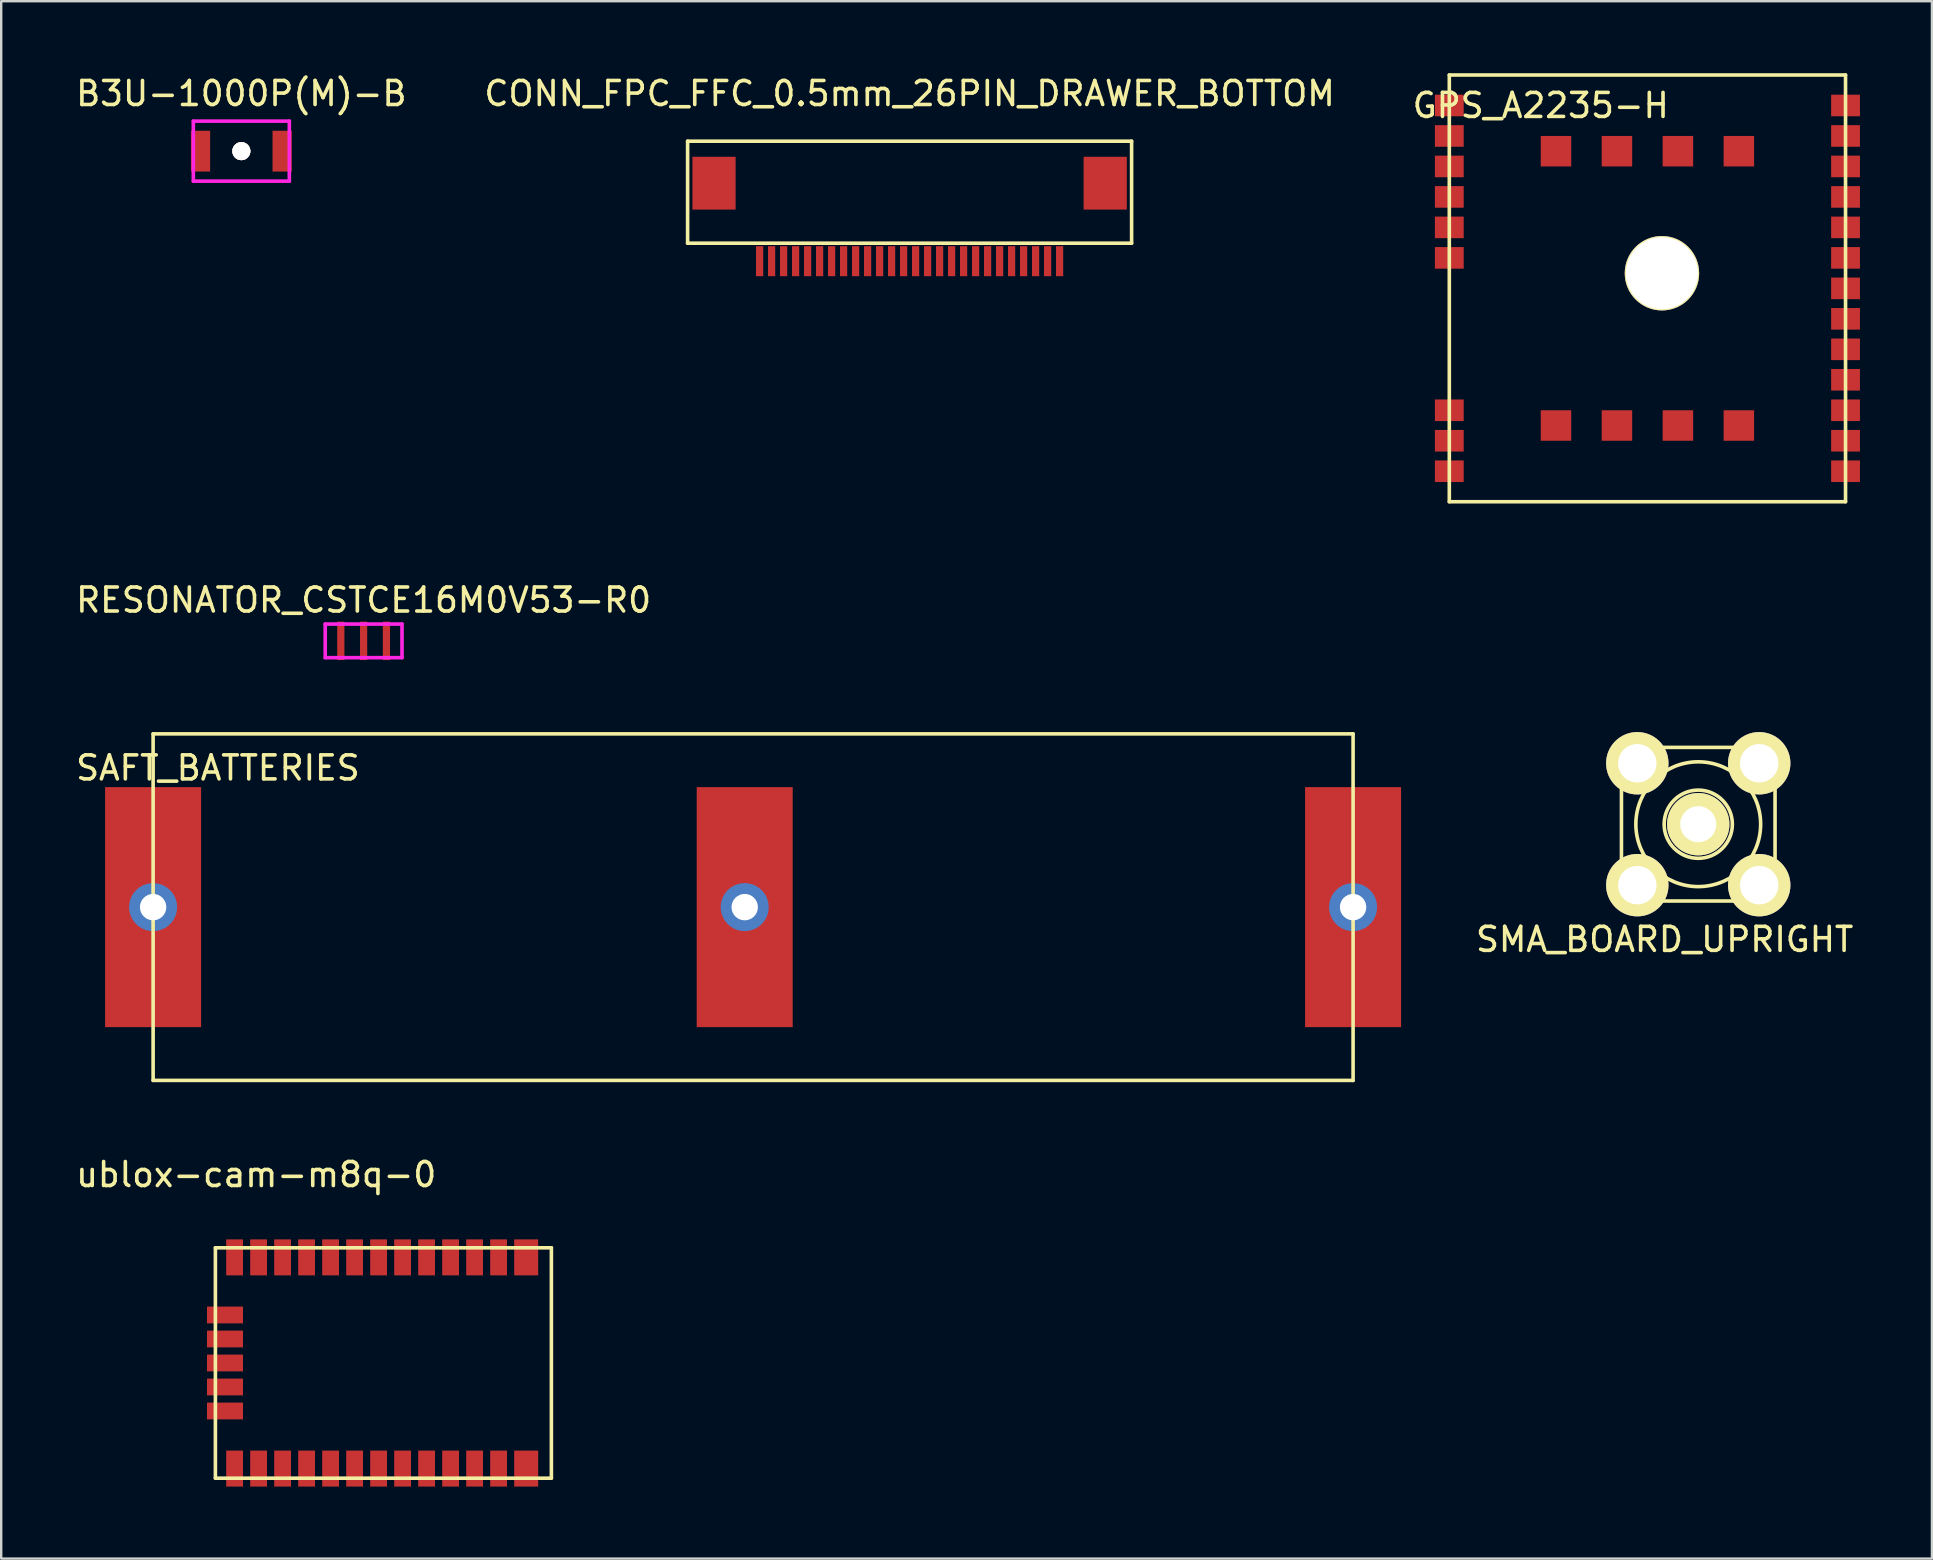
<source format=kicad_pcb>
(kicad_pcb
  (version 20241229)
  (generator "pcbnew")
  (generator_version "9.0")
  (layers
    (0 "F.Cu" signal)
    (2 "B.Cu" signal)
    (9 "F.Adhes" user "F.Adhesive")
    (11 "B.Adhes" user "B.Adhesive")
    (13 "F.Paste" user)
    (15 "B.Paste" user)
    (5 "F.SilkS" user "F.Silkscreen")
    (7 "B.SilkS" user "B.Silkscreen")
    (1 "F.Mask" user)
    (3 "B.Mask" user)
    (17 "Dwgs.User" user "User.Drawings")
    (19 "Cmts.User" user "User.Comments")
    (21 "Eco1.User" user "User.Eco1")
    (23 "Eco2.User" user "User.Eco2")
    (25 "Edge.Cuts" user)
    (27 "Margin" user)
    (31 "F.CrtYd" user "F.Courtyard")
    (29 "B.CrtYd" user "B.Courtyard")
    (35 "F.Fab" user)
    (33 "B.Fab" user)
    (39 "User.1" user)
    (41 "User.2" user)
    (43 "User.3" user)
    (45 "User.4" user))
  (footprint "RESONATOR_CSTCE16M0V53-R0"
    (layer "F.Cu")
    (at 12.101 23.653)
    (property "Reference" "RESONATOR_CSTCE16M0V53-R0" (at 0 -1.7 0) (layer "F.SilkS") (effects (font (size 1 1) (thickness 0.15))))
    (attr through_hole)
    (fp_line (start -1.6 -0.7) (end 1.6 -0.7) (stroke (width 0.15) (type solid)) (layer "F.CrtYd"))
    (fp_line (start -1.6 0.7) (end -1.6 -0.7) (stroke (width 0.15) (type solid)) (layer "F.CrtYd"))
    (fp_line (start 1.6 -0.7) (end 1.6 0.7) (stroke (width 0.15) (type solid)) (layer "F.CrtYd"))
    (fp_line (start 1.6 0.7) (end -1.6 0.7) (stroke (width 0.15) (type solid)) (layer "F.CrtYd"))
    (pad "1" smd rect (at -0.95 0) (size 0.3 1.6) (layers "F.Cu" "F.Mask" "F.Paste"))
    (pad "2" smd rect (at 0 0) (size 0.3 1.6) (layers "F.Cu" "F.Mask" "F.Paste"))
    (pad "3" smd rect (at 0.95 0) (size 0.3 1.6) (layers "F.Cu" "F.Mask" "F.Paste")))
  (footprint "B3U-1000P(M)-B"
    (layer "F.Cu")
    (at 7.006 3.248)
    (property "Reference" "B3U-1000P(M)-B" (at 0 -2.4 0) (layer "F.SilkS") (effects (font (size 1 1) (thickness 0.15))))
    (attr through_hole)
    (fp_line (start -2 -1.25) (end 2 -1.25) (stroke (width 0.15) (type solid)) (layer "F.CrtYd"))
    (fp_line (start -2 1.25) (end -2 -1.25) (stroke (width 0.15) (type solid)) (layer "F.CrtYd"))
    (fp_line (start 2 -1.25) (end 2 1.25) (stroke (width 0.15) (type solid)) (layer "F.CrtYd"))
    (fp_line (start 2 1.25) (end -2 1.25) (stroke (width 0.15) (type solid)) (layer "F.CrtYd"))
    (pad "" thru_hole circle (at 0 0) (size 0.75 0.75) (drill 0.75) (layers "*.Cu" "*.Paste" "*.SilkS" "*.Mask" "Dwgs.User"))
    (pad "1" smd rect (at -1.7 0) (size 0.8 1.7) (layers "F.Cu" "F.Mask" "F.Paste"))
    (pad "2" smd rect (at 1.7 0) (size 0.8 1.7) (layers "F.Cu" "F.Mask" "F.Paste")))
  (footprint "CONN_FPC_FFC_0.5mm_26PIN_DRAWER_BOTTOM"
    (layer "F.Cu")
    (at 34.851 7.833)
    (property "Reference" "CONN_FPC_FFC_0.5mm_26PIN_DRAWER_BOTTOM" (at 0 -6.985 0) (layer "F.SilkS") (effects (font (size 1 1) (thickness 0.15))))
    (attr through_hole)
    (fp_line (start -9.25 -0.75) (end -9.25 -5) (stroke (width 0.15) (type solid)) (layer "F.SilkS"))
    (fp_line (start 9.25 -5) (end -9.25 -5) (stroke (width 0.15) (type solid)) (layer "F.SilkS"))
    (fp_line (start 9.25 -0.75) (end -9.25 -0.75) (stroke (width 0.15) (type solid)) (layer "F.SilkS"))
    (fp_line (start 9.25 -0.75) (end 9.25 -5) (stroke (width 0.15) (type solid)) (layer "F.SilkS"))
    (pad "1" smd rect (at 6.25 0) (size 0.3 1.25) (layers "F.Cu" "F.Mask" "F.Paste"))
    (pad "2" smd rect (at 5.75 0) (size 0.3 1.25) (layers "F.Cu" "F.Mask" "F.Paste"))
    (pad "3" smd rect (at 5.25 0) (size 0.3 1.25) (layers "F.Cu" "F.Mask" "F.Paste"))
    (pad "4" smd rect (at 4.75 0) (size 0.3 1.25) (layers "F.Cu" "F.Mask" "F.Paste"))
    (pad "5" smd rect (at 4.25 0) (size 0.3 1.25) (layers "F.Cu" "F.Mask" "F.Paste"))
    (pad "6" smd rect (at 3.75 0) (size 0.3 1.25) (layers "F.Cu" "F.Mask" "F.Paste"))
    (pad "7" smd rect (at 3.25 0) (size 0.3 1.25) (layers "F.Cu" "F.Mask" "F.Paste"))
    (pad "8" smd rect (at 2.75 0) (size 0.3 1.25) (layers "F.Cu" "F.Mask" "F.Paste"))
    (pad "9" smd rect (at 2.25 0) (size 0.3 1.25) (layers "F.Cu" "F.Mask" "F.Paste"))
    (pad "10" smd rect (at 1.75 0) (size 0.3 1.25) (layers "F.Cu" "F.Mask" "F.Paste"))
    (pad "11" smd rect (at 1.25 0) (size 0.3 1.25) (layers "F.Cu" "F.Mask" "F.Paste"))
    (pad "12" smd rect (at 0.75 0) (size 0.3 1.25) (layers "F.Cu" "F.Mask" "F.Paste"))
    (pad "13" smd rect (at 0.25 0) (size 0.3 1.25) (layers "F.Cu" "F.Mask" "F.Paste"))
    (pad "14" smd rect (at -0.25 0) (size 0.3 1.25) (layers "F.Cu" "F.Mask" "F.Paste"))
    (pad "15" smd rect (at -0.75 0) (size 0.3 1.25) (layers "F.Cu" "F.Mask" "F.Paste"))
    (pad "16" smd rect (at -1.25 0) (size 0.3 1.25) (layers "F.Cu" "F.Mask" "F.Paste"))
    (pad "17" smd rect (at -1.75 0) (size 0.3 1.25) (layers "F.Cu" "F.Mask" "F.Paste"))
    (pad "18" smd rect (at -2.25 0) (size 0.3 1.25) (layers "F.Cu" "F.Mask" "F.Paste"))
    (pad "19" smd rect (at -2.75 0) (size 0.3 1.25) (layers "F.Cu" "F.Mask" "F.Paste"))
    (pad "20" smd rect (at -3.25 0) (size 0.3 1.25) (layers "F.Cu" "F.Mask" "F.Paste"))
    (pad "21" smd rect (at -3.75 0) (size 0.3 1.25) (layers "F.Cu" "F.Mask" "F.Paste"))
    (pad "22" smd rect (at -4.25 0) (size 0.3 1.25) (layers "F.Cu" "F.Mask" "F.Paste"))
    (pad "23" smd rect (at -4.75 0) (size 0.3 1.25) (layers "F.Cu" "F.Mask" "F.Paste"))
    (pad "24" smd rect (at -5.25 0) (size 0.3 1.25) (layers "F.Cu" "F.Mask" "F.Paste"))
    (pad "25" smd rect (at -5.75 0) (size 0.3 1.25) (layers "F.Cu" "F.Mask" "F.Paste"))
    (pad "26" smd rect (at -6.25 0) (size 0.3 1.25) (layers "F.Cu" "F.Mask" "F.Paste"))
    (pad "27" smd rect (at -8.15 -3.25) (size 1.8 2.2) (layers "F.Cu" "F.Mask" "F.Paste"))
    (pad "28" smd rect (at 8.15 -3.25) (size 1.8 2.2) (layers "F.Cu" "F.Mask" "F.Paste")))
  (footprint "GPS_A2235-H"
    (layer "F.Cu")
    (at 57.339 17.855)
    (property "Reference" "GPS_A2235-H" (at 3.81 -16.51 0) (layer "F.SilkS") (effects (font (size 1 1) (thickness 0.15))))
    (attr through_hole)
    (fp_line (start 0 -17.78) (end 16.51 -17.78) (stroke (width 0.15) (type solid)) (layer "F.SilkS"))
    (fp_line (start 0 0) (end 0 -17.78) (stroke (width 0.15) (type solid)) (layer "F.SilkS"))
    (fp_line (start 16.51 -17.78) (end 16.51 0) (stroke (width 0.15) (type solid)) (layer "F.SilkS"))
    (fp_line (start 16.51 0) (end 0 0) (stroke (width 0.15) (type solid)) (layer "F.SilkS"))
    (pad "1" smd rect (at 0 -16.51) (size 1.2 0.9) (layers "F.Cu" "F.Mask" "F.Paste"))
    (pad "2" smd rect (at 0 -15.24) (size 1.2 0.9) (layers "F.Cu" "F.Mask" "F.Paste"))
    (pad "3" smd rect (at 0 -13.97) (size 1.2 0.9) (layers "F.Cu" "F.Mask" "F.Paste"))
    (pad "4" smd rect (at 0 -12.7) (size 1.2 0.9) (layers "F.Cu" "F.Mask" "F.Paste"))
    (pad "5" smd rect (at 0 -11.43) (size 1.2 0.9) (layers "F.Cu" "F.Mask" "F.Paste"))
    (pad "6" smd rect (at 0 -10.16) (size 1.2 0.9) (layers "F.Cu" "F.Mask" "F.Paste"))
    (pad "7" smd rect (at 0 -3.81) (size 1.2 0.9) (layers "F.Cu" "F.Mask" "F.Paste"))
    (pad "8" smd rect (at 0 -2.54) (size 1.2 0.9) (layers "F.Cu" "F.Mask" "F.Paste"))
    (pad "9" smd rect (at 0 -1.27) (size 1.2 0.9) (layers "F.Cu" "F.Mask" "F.Paste"))
    (pad "10" smd rect (at 16.51 -1.27) (size 1.2 0.9) (layers "F.Cu" "F.Mask" "F.Paste"))
    (pad "11" smd rect (at 16.51 -2.54) (size 1.2 0.9) (layers "F.Cu" "F.Mask" "F.Paste"))
    (pad "12" smd rect (at 16.51 -3.81) (size 1.2 0.9) (layers "F.Cu" "F.Mask" "F.Paste"))
    (pad "13" smd rect (at 16.51 -5.08) (size 1.2 0.9) (layers "F.Cu" "F.Mask" "F.Paste"))
    (pad "14" smd rect (at 16.51 -6.35) (size 1.2 0.9) (layers "F.Cu" "F.Mask" "F.Paste"))
    (pad "15" smd rect (at 16.51 -7.62) (size 1.2 0.9) (layers "F.Cu" "F.Mask" "F.Paste"))
    (pad "16" smd rect (at 16.51 -8.89) (size 1.2 0.9) (layers "F.Cu" "F.Mask" "F.Paste"))
    (pad "17" smd rect (at 16.51 -10.16) (size 1.2 0.9) (layers "F.Cu" "F.Mask" "F.Paste"))
    (pad "18" smd rect (at 16.51 -11.43) (size 1.2 0.9) (layers "F.Cu" "F.Mask" "F.Paste"))
    (pad "19" smd rect (at 16.51 -12.7) (size 1.2 0.9) (layers "F.Cu" "F.Mask" "F.Paste"))
    (pad "20" smd rect (at 16.51 -13.97) (size 1.2 0.9) (layers "F.Cu" "F.Mask" "F.Paste"))
    (pad "21" smd rect (at 16.51 -15.24) (size 1.2 0.9) (layers "F.Cu" "F.Mask" "F.Paste"))
    (pad "22" smd rect (at 16.51 -16.51) (size 1.2 0.9) (layers "F.Cu" "F.Mask" "F.Paste"))
    (pad "23" smd rect (at 4.445 -14.605) (size 1.27 1.27) (layers "F.Cu" "F.Mask" "F.Paste"))
    (pad "24" smd rect (at 6.985 -14.605) (size 1.27 1.27) (layers "F.Cu" "F.Mask" "F.Paste"))
    (pad "25" smd rect (at 9.525 -14.605) (size 1.27 1.27) (layers "F.Cu" "F.Mask" "F.Paste"))
    (pad "26" smd rect (at 12.065 -14.605) (size 1.27 1.27) (layers "F.Cu" "F.Mask" "F.Paste"))
    (pad "27" smd rect (at 4.445 -3.175) (size 1.27 1.27) (layers "F.Cu" "F.Mask" "F.Paste"))
    (pad "28" smd rect (at 6.985 -3.175) (size 1.27 1.27) (layers "F.Cu" "F.Mask" "F.Paste"))
    (pad "29" smd rect (at 9.525 -3.175) (size 1.27 1.27) (layers "F.Cu" "F.Mask" "F.Paste"))
    (pad "30" smd rect (at 12.065 -3.175) (size 1.27 1.27) (layers "F.Cu" "F.Mask" "F.Paste"))
    (pad "31" thru_hole circle (at 8.86 -9.52) (size 3.1 3.1) (drill 3) (layers "*.Cu" "*.Mask" "F.SilkS")))
  (footprint "SMA_BOARD_UPRIGHT"
    (layer "F.Cu")
    (at 67.712 31.293)
    (property "Reference" "SMA_BOARD_UPRIGHT" (at -1.4 4.8 0) (layer "F.SilkS") (effects (font (size 1 1) (thickness 0.15))))
    (attr through_hole)
    (fp_line (start -3.2 -3.2) (end -3.2 3.2) (stroke (width 0.15) (type solid)) (layer "F.SilkS"))
    (fp_line (start -3.2 -3.2) (end 3.2 -3.2) (stroke (width 0.15) (type solid)) (layer "F.SilkS"))
    (fp_line (start -3.2 -2.2) (end -2.2 -2.2) (stroke (width 0.15) (type solid)) (layer "F.SilkS"))
    (fp_line (start -3.2 2.2) (end -2.2 2.2) (stroke (width 0.15) (type solid)) (layer "F.SilkS"))
    (fp_line (start -2.2 -2.2) (end -2.2 -3.2) (stroke (width 0.15) (type solid)) (layer "F.SilkS"))
    (fp_line (start -2.2 2.2) (end -2.2 3.2) (stroke (width 0.15) (type solid)) (layer "F.SilkS"))
    (fp_line (start 2.2 -2.2) (end 2.2 -3.2) (stroke (width 0.15) (type solid)) (layer "F.SilkS"))
    (fp_line (start 2.2 2.2) (end 2.2 3.2) (stroke (width 0.15) (type solid)) (layer "F.SilkS"))
    (fp_line (start 3.2 -3.2) (end 3.2 3.2) (stroke (width 0.15) (type solid)) (layer "F.SilkS"))
    (fp_line (start 3.2 -2.2) (end 2.2 -2.2) (stroke (width 0.15) (type solid)) (layer "F.SilkS"))
    (fp_line (start 3.2 2.2) (end 2.2 2.2) (stroke (width 0.15) (type solid)) (layer "F.SilkS"))
    (fp_line (start 3.2 3.2) (end -3.2 3.2) (stroke (width 0.15) (type solid)) (layer "F.SilkS"))
    (fp_circle (center 0 0) (end 0.9 1.1) (stroke (width 0.15) (type solid)) (fill no) (layer "F.SilkS"))
    (fp_circle (center 0 0) (end 1 2.4) (stroke (width 0.15) (type solid)) (fill no) (layer "F.SilkS"))
    (pad "1" thru_hole circle (at 0 0) (size 2.6 2.6) (drill 1.5) (layers "*.Cu" "*.Mask" "F.SilkS"))
    (pad "2" thru_hole circle (at -2.54 2.54) (size 2.6 2.6) (drill 1.6) (layers "*.Cu" "*.Mask" "F.SilkS"))
    (pad "3" thru_hole circle (at 2.54 2.54) (size 2.6 2.6) (drill 1.6) (layers "*.Cu" "*.Mask" "F.SilkS"))
    (pad "4" thru_hole circle (at 2.54 -2.54) (size 2.6 2.6) (drill 1.6) (layers "*.Cu" "*.Mask" "F.SilkS"))
    (pad "5" thru_hole circle (at -2.54 -2.54) (size 2.6 2.6) (drill 1.6) (layers "*.Cu" "*.Mask" "F.SilkS")))
  (footprint "ublox-cam-m8q-0"
    (layer "F.Cu")
    (at 5.925 53.742)
    (property "Reference" "ublox-cam-m8q-0" (at 1.7 -7.85 0) (layer "F.SilkS") (effects (font (size 1 1) (thickness 0.15))))
    (attr through_hole)
    (fp_line (start 0 -4.8) (end 0 4.8) (stroke (width 0.15) (type solid)) (layer "F.SilkS"))
    (fp_line (start 14 -4.8) (end 0 -4.8) (stroke (width 0.15) (type solid)) (layer "F.SilkS"))
    (fp_line (start 14 -4.8) (end 14 4.8) (stroke (width 0.15) (type solid)) (layer "F.SilkS"))
    (fp_line (start 14 4.8) (end 0 4.8) (stroke (width 0.15) (type solid)) (layer "F.SilkS"))
    (fp_line (start 9.2 -3.6) (end 9.2 3.6) (stroke (width 0.15) (type solid)) (layer "Margin"))
    (fp_line (start 9.2 -3.6) (end 14 -3.6) (stroke (width 0.15) (type solid)) (layer "Margin"))
    (fp_line (start 9.2 3.6) (end 14 3.6) (stroke (width 0.15) (type solid)) (layer "Margin"))
    (fp_line (start 14 -3.6) (end 14 3.6) (stroke (width 0.15) (type solid)) (layer "Margin"))
    (pad "1" smd rect (at 0.8 4.4) (size 0.7 1.5) (layers "F.Cu" "F.Mask" "F.Paste"))
    (pad "2" smd rect (at 1.8 4.4) (size 0.7 1.5) (layers "F.Cu" "F.Mask" "F.Paste"))
    (pad "3" smd rect (at 2.8 4.4) (size 0.7 1.5) (layers "F.Cu" "F.Mask" "F.Paste"))
    (pad "4" smd rect (at 3.8 4.4) (size 0.7 1.5) (layers "F.Cu" "F.Mask" "F.Paste"))
    (pad "5" smd rect (at 4.8 4.4) (size 0.7 1.5) (layers "F.Cu" "F.Mask" "F.Paste"))
    (pad "6" smd rect (at 5.8 4.4) (size 0.7 1.5) (layers "F.Cu" "F.Mask" "F.Paste"))
    (pad "7" smd rect (at 6.8 4.4) (size 0.7 1.5) (layers "F.Cu" "F.Mask" "F.Paste"))
    (pad "8" smd rect (at 7.8 4.4) (size 0.7 1.5) (layers "F.Cu" "F.Mask" "F.Paste"))
    (pad "9" smd rect (at 8.8 4.4) (size 0.7 1.5) (layers "F.Cu" "F.Mask" "F.Paste"))
    (pad "10" smd rect (at 9.8 4.4) (size 0.7 1.5) (layers "F.Cu" "F.Mask" "F.Paste"))
    (pad "11" smd rect (at 10.8 4.4) (size 0.7 1.5) (layers "F.Cu" "F.Mask" "F.Paste"))
    (pad "12" smd rect (at 11.8 4.4) (size 0.7 1.5) (layers "F.Cu" "F.Mask" "F.Paste"))
    (pad "13" smd rect (at 12.95 4.4) (size 1 1.5) (layers "F.Cu" "F.Mask" "F.Paste"))
    (pad "14" smd rect (at 12.95 -4.4) (size 1 1.5) (layers "F.Cu" "F.Mask" "F.Paste"))
    (pad "15" smd rect (at 11.8 -4.4) (size 0.7 1.5) (layers "F.Cu" "F.Mask" "F.Paste"))
    (pad "16" smd rect (at 10.8 -4.4) (size 0.7 1.5) (layers "F.Cu" "F.Mask" "F.Paste"))
    (pad "17" smd rect (at 9.8 -4.4) (size 0.7 1.5) (layers "F.Cu" "F.Mask" "F.Paste"))
    (pad "18" smd rect (at 8.8 -4.4) (size 0.7 1.5) (layers "F.Cu" "F.Mask" "F.Paste"))
    (pad "19" smd rect (at 7.8 -4.4) (size 0.7 1.5) (layers "F.Cu" "F.Mask" "F.Paste"))
    (pad "20" smd rect (at 6.8 -4.4) (size 0.7 1.5) (layers "F.Cu" "F.Mask" "F.Paste"))
    (pad "21" smd rect (at 5.8 -4.4) (size 0.7 1.5) (layers "F.Cu" "F.Mask" "F.Paste"))
    (pad "22" smd rect (at 4.8 -4.4) (size 0.7 1.5) (layers "F.Cu" "F.Mask" "F.Paste"))
    (pad "23" smd rect (at 3.8 -4.4) (size 0.7 1.5) (layers "F.Cu" "F.Mask" "F.Paste"))
    (pad "24" smd rect (at 2.8 -4.4) (size 0.7 1.5) (layers "F.Cu" "F.Mask" "F.Paste"))
    (pad "25" smd rect (at 1.8 -4.4) (size 0.7 1.5) (layers "F.Cu" "F.Mask" "F.Paste"))
    (pad "26" smd rect (at 0.8 -4.4) (size 0.7 1.5) (layers "F.Cu" "F.Mask" "F.Paste"))
    (pad "27" smd rect (at 0.4 -2 90) (size 0.7 1.5) (layers "F.Cu" "F.Mask" "F.Paste"))
    (pad "28" smd rect (at 0.4 -1 90) (size 0.7 1.5) (layers "F.Cu" "F.Mask" "F.Paste"))
    (pad "29" smd rect (at 0.4 0 90) (size 0.7 1.5) (layers "F.Cu" "F.Mask" "F.Paste"))
    (pad "30" smd rect (at 0.4 1 90) (size 0.7 1.5) (layers "F.Cu" "F.Mask" "F.Paste"))
    (pad "31" smd rect (at 0.4 2 90) (size 0.7 1.5) (layers "F.Cu" "F.Mask" "F.Paste")))
  (footprint "SAFT_BATTERIES"
    (layer "F.Cu")
    (at 3.33 34.748)
    (property "Reference" "SAFT_BATTERIES" (at 2.7 -5.8 0) (layer "F.SilkS") (effects (font (size 1 1) (thickness 0.15))))
    (attr through_hole)
    (fp_line (start 0 -7.22) (end 0 7.22) (stroke (width 0.15) (type solid)) (layer "F.SilkS"))
    (fp_line (start 0 -7.22) (end 50 -7.22) (stroke (width 0.15) (type solid)) (layer "F.SilkS"))
    (fp_line (start 0 7.22) (end 50 7.22) (stroke (width 0.15) (type solid)) (layer "F.SilkS"))
    (fp_line (start 50 -7.22) (end 50 7.22) (stroke (width 0.15) (type solid)) (layer "F.SilkS"))
    (pad "1" thru_hole circle (at 0 0) (size 2 2) (drill 1.1) (layers "*.Cu" "*.Mask"))
    (pad "1" smd rect (at 0 0) (size 4 10) (layers "F.Cu" "F.Mask" "F.Paste"))
    (pad "2" thru_hole circle (at 24.65 0) (size 2 2) (drill 1.1) (layers "*.Cu" "*.Mask"))
    (pad "2" smd rect (at 24.65 0) (size 4 10) (layers "F.Cu" "F.Mask" "F.Paste"))
    (pad "2" thru_hole circle (at 50 0) (size 2 2) (drill 1.1) (layers "*.Cu" "*.Mask"))
    (pad "2" smd rect (at 50 0) (size 4 10) (layers "F.Cu" "F.Mask" "F.Paste")))
  (gr_rect
    (start -3 -3)
    (end 77.449 61.892)
    (stroke (width 0.1) (type default))
    (fill no)
    (layer "Edge.Cuts")))
</source>
